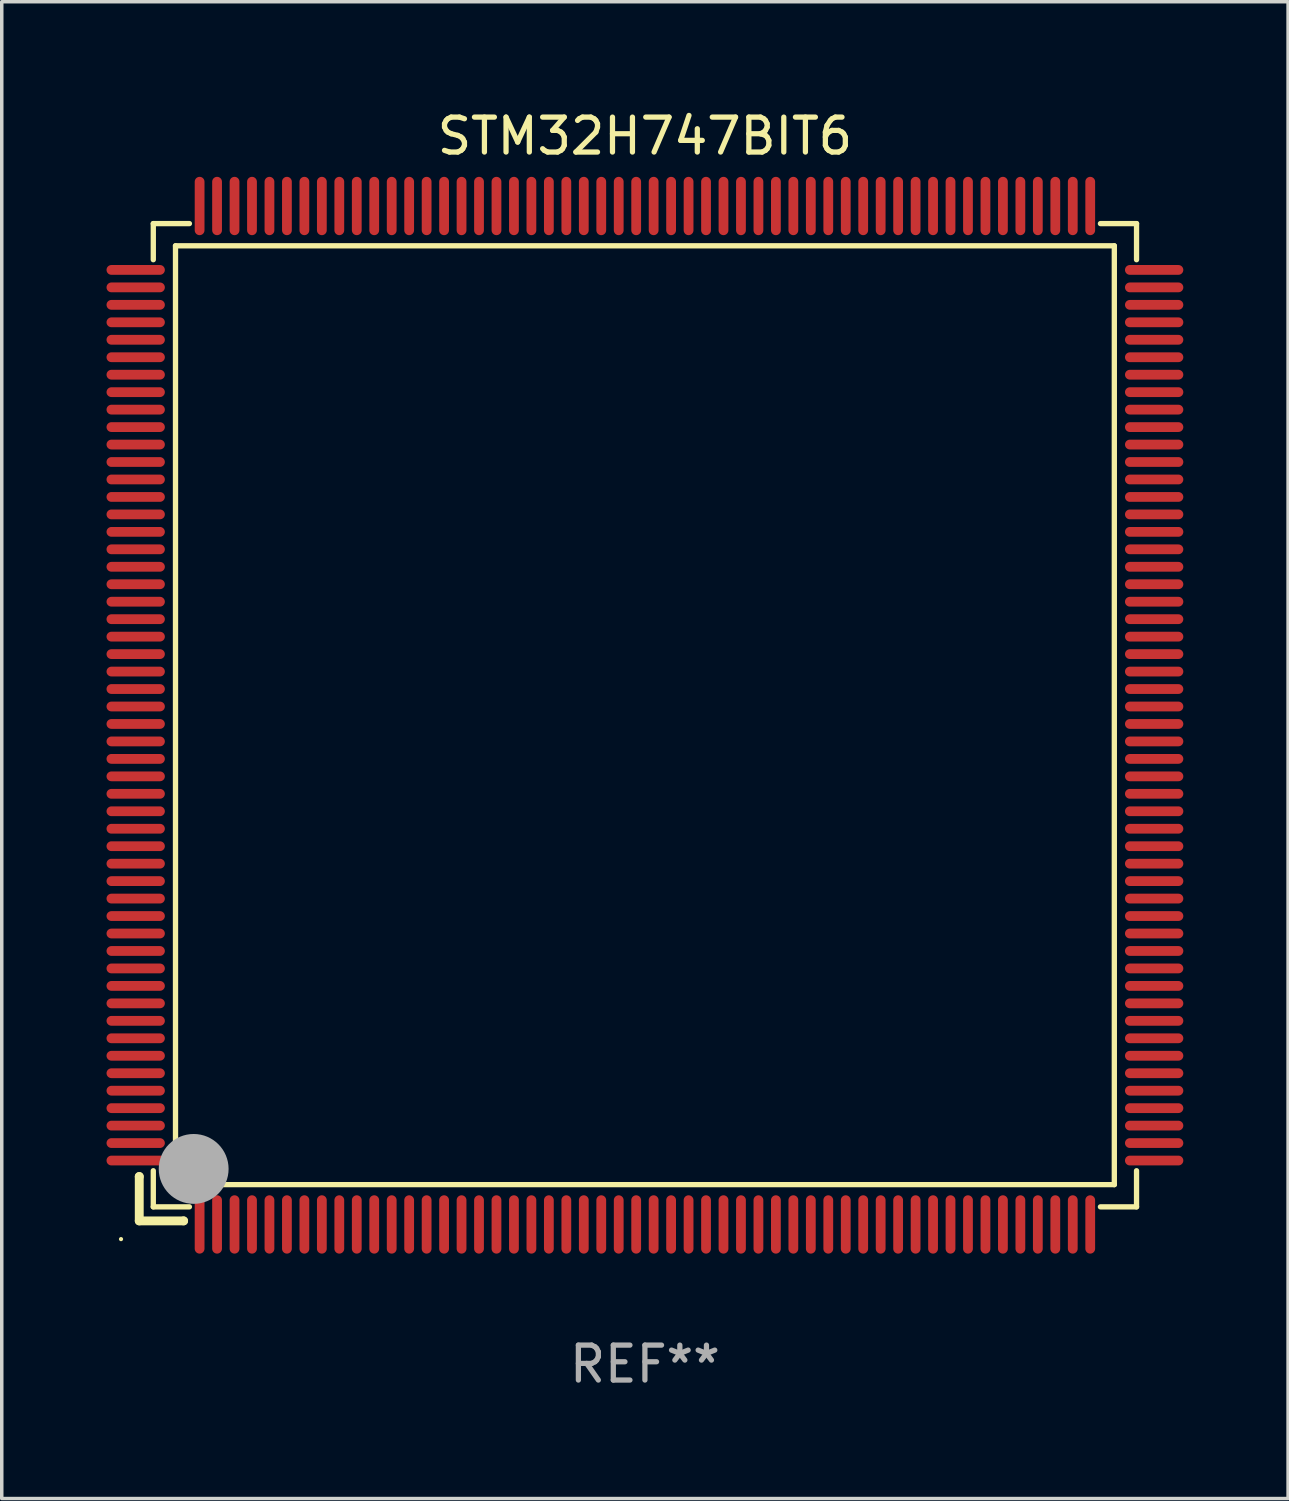
<source format=kicad_pcb>
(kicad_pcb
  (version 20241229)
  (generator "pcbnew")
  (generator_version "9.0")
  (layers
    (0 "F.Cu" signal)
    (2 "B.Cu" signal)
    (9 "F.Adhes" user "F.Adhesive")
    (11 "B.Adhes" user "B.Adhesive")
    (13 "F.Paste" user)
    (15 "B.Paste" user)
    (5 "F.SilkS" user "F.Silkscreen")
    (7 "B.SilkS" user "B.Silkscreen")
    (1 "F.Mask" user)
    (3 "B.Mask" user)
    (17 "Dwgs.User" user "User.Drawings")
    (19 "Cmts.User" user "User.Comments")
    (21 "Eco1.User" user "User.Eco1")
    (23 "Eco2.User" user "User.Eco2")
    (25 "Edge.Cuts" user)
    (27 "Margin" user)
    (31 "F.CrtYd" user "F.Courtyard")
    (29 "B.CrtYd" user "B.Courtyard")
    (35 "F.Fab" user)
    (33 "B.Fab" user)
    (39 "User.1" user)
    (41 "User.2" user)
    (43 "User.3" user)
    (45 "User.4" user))
  (footprint "STM32H747BIT6"
    (layer "F.Cu")
    (at 15.415 17.428)
    (property "Reference" "STM32H747BIT6" (at 0 -16.58 0) (layer "F.SilkS") (effects (font (size 1 1) (thickness 0.15))))
    (attr through_hole)
    (fp_line (start -14.478 13.208) (end -14.478 13.208) (stroke (width 0.254) (type solid)) (layer "F.SilkS"))
    (fp_line (start -14.478 13.208) (end -14.478 14.478) (stroke (width 0.254) (type solid)) (layer "F.SilkS"))
    (fp_line (start -14.478 14.478) (end -13.208 14.478) (stroke (width 0.254) (type solid)) (layer "F.SilkS"))
    (fp_line (start -14.076 -14.076) (end -14.076 -13.042) (stroke (width 0.152) (type solid)) (layer "F.SilkS"))
    (fp_line (start -14.076 14.076) (end -14.076 13.042) (stroke (width 0.152) (type solid)) (layer "F.SilkS"))
    (fp_line (start -13.44 -13.44) (end 13.44 -13.44) (stroke (width 0.152) (type solid)) (layer "F.SilkS"))
    (fp_line (start -13.44 13.44) (end -13.44 -13.44) (stroke (width 0.152) (type solid)) (layer "F.SilkS"))
    (fp_line (start -13.208 14.478) (end -13.208 14.478) (stroke (width 0.254) (type solid)) (layer "F.SilkS"))
    (fp_line (start -13.042 -14.076) (end -14.076 -14.076) (stroke (width 0.152) (type solid)) (layer "F.SilkS"))
    (fp_line (start -13.042 14.076) (end -14.076 14.076) (stroke (width 0.152) (type solid)) (layer "F.SilkS"))
    (fp_line (start 13.042 -14.076) (end 14.076 -14.076) (stroke (width 0.152) (type solid)) (layer "F.SilkS"))
    (fp_line (start 13.042 14.076) (end 14.076 14.076) (stroke (width 0.152) (type solid)) (layer "F.SilkS"))
    (fp_line (start 13.44 -13.44) (end 13.44 13.44) (stroke (width 0.152) (type solid)) (layer "F.SilkS"))
    (fp_line (start 13.44 13.44) (end -13.44 13.44) (stroke (width 0.152) (type solid)) (layer "F.SilkS"))
    (fp_line (start 14.076 -14.076) (end 14.076 -13.042) (stroke (width 0.152) (type solid)) (layer "F.SilkS"))
    (fp_line (start 14.076 14.076) (end 14.076 13.042) (stroke (width 0.152) (type solid)) (layer "F.SilkS"))
    (fp_circle (center -15 15) (end -14.97 15) (stroke (width 0.06) (type solid)) (fill no) (layer "F.SilkS"))
    (fp_circle (center -13.138 13.138) (end -13.063 13.138) (stroke (width 0.15) (type solid)) (fill no) (layer "F.SilkS"))
    (fp_circle (center -12.92 12.99) (end -12.42 12.99) (stroke (width 1) (type solid)) (fill no) (layer "F.Fab"))
    (fp_text user "REF**" (at 0 18.58 0) (layer "F.Fab") (effects (font (size 1 1) (thickness 0.15))))
    (pad "1" smd oval (at -12.75 14.58) (size 0.28 1.67) (layers "F.Cu" "F.Mask" "F.Paste"))
    (pad "2" smd oval (at -12.25 14.58) (size 0.28 1.67) (layers "F.Cu" "F.Mask" "F.Paste"))
    (pad "3" smd oval (at -11.75 14.58) (size 0.28 1.67) (layers "F.Cu" "F.Mask" "F.Paste"))
    (pad "4" smd oval (at -11.25 14.58) (size 0.28 1.67) (layers "F.Cu" "F.Mask" "F.Paste"))
    (pad "5" smd oval (at -10.75 14.58) (size 0.28 1.67) (layers "F.Cu" "F.Mask" "F.Paste"))
    (pad "6" smd oval (at -10.25 14.58) (size 0.28 1.67) (layers "F.Cu" "F.Mask" "F.Paste"))
    (pad "7" smd oval (at -9.75 14.58) (size 0.28 1.67) (layers "F.Cu" "F.Mask" "F.Paste"))
    (pad "8" smd oval (at -9.25 14.58) (size 0.28 1.67) (layers "F.Cu" "F.Mask" "F.Paste"))
    (pad "9" smd oval (at -8.75 14.58) (size 0.28 1.67) (layers "F.Cu" "F.Mask" "F.Paste"))
    (pad "10" smd oval (at -8.25 14.58) (size 0.28 1.67) (layers "F.Cu" "F.Mask" "F.Paste"))
    (pad "11" smd oval (at -7.75 14.58) (size 0.28 1.67) (layers "F.Cu" "F.Mask" "F.Paste"))
    (pad "12" smd oval (at -7.25 14.58) (size 0.28 1.67) (layers "F.Cu" "F.Mask" "F.Paste"))
    (pad "13" smd oval (at -6.75 14.58) (size 0.28 1.67) (layers "F.Cu" "F.Mask" "F.Paste"))
    (pad "14" smd oval (at -6.25 14.58) (size 0.28 1.67) (layers "F.Cu" "F.Mask" "F.Paste"))
    (pad "15" smd oval (at -5.75 14.58) (size 0.28 1.67) (layers "F.Cu" "F.Mask" "F.Paste"))
    (pad "16" smd oval (at -5.25 14.58) (size 0.28 1.67) (layers "F.Cu" "F.Mask" "F.Paste"))
    (pad "17" smd oval (at -4.75 14.58) (size 0.28 1.67) (layers "F.Cu" "F.Mask" "F.Paste"))
    (pad "18" smd oval (at -4.25 14.58) (size 0.28 1.67) (layers "F.Cu" "F.Mask" "F.Paste"))
    (pad "19" smd oval (at -3.75 14.58) (size 0.28 1.67) (layers "F.Cu" "F.Mask" "F.Paste"))
    (pad "20" smd oval (at -3.25 14.58) (size 0.28 1.67) (layers "F.Cu" "F.Mask" "F.Paste"))
    (pad "21" smd oval (at -2.75 14.58) (size 0.28 1.67) (layers "F.Cu" "F.Mask" "F.Paste"))
    (pad "22" smd oval (at -2.25 14.58) (size 0.28 1.67) (layers "F.Cu" "F.Mask" "F.Paste"))
    (pad "23" smd oval (at -1.75 14.58) (size 0.28 1.67) (layers "F.Cu" "F.Mask" "F.Paste"))
    (pad "24" smd oval (at -1.25 14.58) (size 0.28 1.67) (layers "F.Cu" "F.Mask" "F.Paste"))
    (pad "25" smd oval (at -0.75 14.58) (size 0.28 1.67) (layers "F.Cu" "F.Mask" "F.Paste"))
    (pad "26" smd oval (at -0.25 14.58) (size 0.28 1.67) (layers "F.Cu" "F.Mask" "F.Paste"))
    (pad "27" smd oval (at 0.25 14.58) (size 0.28 1.67) (layers "F.Cu" "F.Mask" "F.Paste"))
    (pad "28" smd oval (at 0.75 14.58) (size 0.28 1.67) (layers "F.Cu" "F.Mask" "F.Paste"))
    (pad "29" smd oval (at 1.25 14.58) (size 0.28 1.67) (layers "F.Cu" "F.Mask" "F.Paste"))
    (pad "30" smd oval (at 1.75 14.58) (size 0.28 1.67) (layers "F.Cu" "F.Mask" "F.Paste"))
    (pad "31" smd oval (at 2.25 14.58) (size 0.28 1.67) (layers "F.Cu" "F.Mask" "F.Paste"))
    (pad "32" smd oval (at 2.75 14.58) (size 0.28 1.67) (layers "F.Cu" "F.Mask" "F.Paste"))
    (pad "33" smd oval (at 3.25 14.58) (size 0.28 1.67) (layers "F.Cu" "F.Mask" "F.Paste"))
    (pad "34" smd oval (at 3.75 14.58) (size 0.28 1.67) (layers "F.Cu" "F.Mask" "F.Paste"))
    (pad "35" smd oval (at 4.25 14.58) (size 0.28 1.67) (layers "F.Cu" "F.Mask" "F.Paste"))
    (pad "36" smd oval (at 4.75 14.58) (size 0.28 1.67) (layers "F.Cu" "F.Mask" "F.Paste"))
    (pad "37" smd oval (at 5.25 14.58) (size 0.28 1.67) (layers "F.Cu" "F.Mask" "F.Paste"))
    (pad "38" smd oval (at 5.75 14.58) (size 0.28 1.67) (layers "F.Cu" "F.Mask" "F.Paste"))
    (pad "39" smd oval (at 6.25 14.58) (size 0.28 1.67) (layers "F.Cu" "F.Mask" "F.Paste"))
    (pad "40" smd oval (at 6.75 14.58) (size 0.28 1.67) (layers "F.Cu" "F.Mask" "F.Paste"))
    (pad "41" smd oval (at 7.25 14.58) (size 0.28 1.67) (layers "F.Cu" "F.Mask" "F.Paste"))
    (pad "42" smd oval (at 7.75 14.58) (size 0.28 1.67) (layers "F.Cu" "F.Mask" "F.Paste"))
    (pad "43" smd oval (at 8.25 14.58) (size 0.28 1.67) (layers "F.Cu" "F.Mask" "F.Paste"))
    (pad "44" smd oval (at 8.75 14.58) (size 0.28 1.67) (layers "F.Cu" "F.Mask" "F.Paste"))
    (pad "45" smd oval (at 9.25 14.58) (size 0.28 1.67) (layers "F.Cu" "F.Mask" "F.Paste"))
    (pad "46" smd oval (at 9.75 14.58) (size 0.28 1.67) (layers "F.Cu" "F.Mask" "F.Paste"))
    (pad "47" smd oval (at 10.25 14.58) (size 0.28 1.67) (layers "F.Cu" "F.Mask" "F.Paste"))
    (pad "48" smd oval (at 10.75 14.58) (size 0.28 1.67) (layers "F.Cu" "F.Mask" "F.Paste"))
    (pad "49" smd oval (at 11.25 14.58) (size 0.28 1.67) (layers "F.Cu" "F.Mask" "F.Paste"))
    (pad "50" smd oval (at 11.75 14.58) (size 0.28 1.67) (layers "F.Cu" "F.Mask" "F.Paste"))
    (pad "51" smd oval (at 12.25 14.58) (size 0.28 1.67) (layers "F.Cu" "F.Mask" "F.Paste"))
    (pad "52" smd oval (at 12.75 14.58) (size 0.28 1.67) (layers "F.Cu" "F.Mask" "F.Paste"))
    (pad "53" smd oval (at 14.58 12.75) (size 1.67 0.28) (layers "F.Cu" "F.Mask" "F.Paste"))
    (pad "54" smd oval (at 14.58 12.25) (size 1.67 0.28) (layers "F.Cu" "F.Mask" "F.Paste"))
    (pad "55" smd oval (at 14.58 11.75) (size 1.67 0.28) (layers "F.Cu" "F.Mask" "F.Paste"))
    (pad "56" smd oval (at 14.58 11.25) (size 1.67 0.28) (layers "F.Cu" "F.Mask" "F.Paste"))
    (pad "57" smd oval (at 14.58 10.75) (size 1.67 0.28) (layers "F.Cu" "F.Mask" "F.Paste"))
    (pad "58" smd oval (at 14.58 10.25) (size 1.67 0.28) (layers "F.Cu" "F.Mask" "F.Paste"))
    (pad "59" smd oval (at 14.58 9.75) (size 1.67 0.28) (layers "F.Cu" "F.Mask" "F.Paste"))
    (pad "60" smd oval (at 14.58 9.25) (size 1.67 0.28) (layers "F.Cu" "F.Mask" "F.Paste"))
    (pad "61" smd oval (at 14.58 8.75) (size 1.67 0.28) (layers "F.Cu" "F.Mask" "F.Paste"))
    (pad "62" smd oval (at 14.58 8.25) (size 1.67 0.28) (layers "F.Cu" "F.Mask" "F.Paste"))
    (pad "63" smd oval (at 14.58 7.75) (size 1.67 0.28) (layers "F.Cu" "F.Mask" "F.Paste"))
    (pad "64" smd oval (at 14.58 7.25) (size 1.67 0.28) (layers "F.Cu" "F.Mask" "F.Paste"))
    (pad "65" smd oval (at 14.58 6.75) (size 1.67 0.28) (layers "F.Cu" "F.Mask" "F.Paste"))
    (pad "66" smd oval (at 14.58 6.25) (size 1.67 0.28) (layers "F.Cu" "F.Mask" "F.Paste"))
    (pad "67" smd oval (at 14.58 5.75) (size 1.67 0.28) (layers "F.Cu" "F.Mask" "F.Paste"))
    (pad "68" smd oval (at 14.58 5.25) (size 1.67 0.28) (layers "F.Cu" "F.Mask" "F.Paste"))
    (pad "69" smd oval (at 14.58 4.75) (size 1.67 0.28) (layers "F.Cu" "F.Mask" "F.Paste"))
    (pad "70" smd oval (at 14.58 4.25) (size 1.67 0.28) (layers "F.Cu" "F.Mask" "F.Paste"))
    (pad "71" smd oval (at 14.58 3.75) (size 1.67 0.28) (layers "F.Cu" "F.Mask" "F.Paste"))
    (pad "72" smd oval (at 14.58 3.25) (size 1.67 0.28) (layers "F.Cu" "F.Mask" "F.Paste"))
    (pad "73" smd oval (at 14.58 2.75) (size 1.67 0.28) (layers "F.Cu" "F.Mask" "F.Paste"))
    (pad "74" smd oval (at 14.58 2.25) (size 1.67 0.28) (layers "F.Cu" "F.Mask" "F.Paste"))
    (pad "75" smd oval (at 14.58 1.75) (size 1.67 0.28) (layers "F.Cu" "F.Mask" "F.Paste"))
    (pad "76" smd oval (at 14.58 1.25) (size 1.67 0.28) (layers "F.Cu" "F.Mask" "F.Paste"))
    (pad "77" smd oval (at 14.58 0.75) (size 1.67 0.28) (layers "F.Cu" "F.Mask" "F.Paste"))
    (pad "78" smd oval (at 14.58 0.25) (size 1.67 0.28) (layers "F.Cu" "F.Mask" "F.Paste"))
    (pad "79" smd oval (at 14.58 -0.25) (size 1.67 0.28) (layers "F.Cu" "F.Mask" "F.Paste"))
    (pad "80" smd oval (at 14.58 -0.75) (size 1.67 0.28) (layers "F.Cu" "F.Mask" "F.Paste"))
    (pad "81" smd oval (at 14.58 -1.25) (size 1.67 0.28) (layers "F.Cu" "F.Mask" "F.Paste"))
    (pad "82" smd oval (at 14.58 -1.75) (size 1.67 0.28) (layers "F.Cu" "F.Mask" "F.Paste"))
    (pad "83" smd oval (at 14.58 -2.25) (size 1.67 0.28) (layers "F.Cu" "F.Mask" "F.Paste"))
    (pad "84" smd oval (at 14.58 -2.75) (size 1.67 0.28) (layers "F.Cu" "F.Mask" "F.Paste"))
    (pad "85" smd oval (at 14.58 -3.25) (size 1.67 0.28) (layers "F.Cu" "F.Mask" "F.Paste"))
    (pad "86" smd oval (at 14.58 -3.75) (size 1.67 0.28) (layers "F.Cu" "F.Mask" "F.Paste"))
    (pad "87" smd oval (at 14.58 -4.25) (size 1.67 0.28) (layers "F.Cu" "F.Mask" "F.Paste"))
    (pad "88" smd oval (at 14.58 -4.75) (size 1.67 0.28) (layers "F.Cu" "F.Mask" "F.Paste"))
    (pad "89" smd oval (at 14.58 -5.25) (size 1.67 0.28) (layers "F.Cu" "F.Mask" "F.Paste"))
    (pad "90" smd oval (at 14.58 -5.75) (size 1.67 0.28) (layers "F.Cu" "F.Mask" "F.Paste"))
    (pad "91" smd oval (at 14.58 -6.25) (size 1.67 0.28) (layers "F.Cu" "F.Mask" "F.Paste"))
    (pad "92" smd oval (at 14.58 -6.75) (size 1.67 0.28) (layers "F.Cu" "F.Mask" "F.Paste"))
    (pad "93" smd oval (at 14.58 -7.25) (size 1.67 0.28) (layers "F.Cu" "F.Mask" "F.Paste"))
    (pad "94" smd oval (at 14.58 -7.75) (size 1.67 0.28) (layers "F.Cu" "F.Mask" "F.Paste"))
    (pad "95" smd oval (at 14.58 -8.25) (size 1.67 0.28) (layers "F.Cu" "F.Mask" "F.Paste"))
    (pad "96" smd oval (at 14.58 -8.75) (size 1.67 0.28) (layers "F.Cu" "F.Mask" "F.Paste"))
    (pad "97" smd oval (at 14.58 -9.25) (size 1.67 0.28) (layers "F.Cu" "F.Mask" "F.Paste"))
    (pad "98" smd oval (at 14.58 -9.75) (size 1.67 0.28) (layers "F.Cu" "F.Mask" "F.Paste"))
    (pad "99" smd oval (at 14.58 -10.25) (size 1.67 0.28) (layers "F.Cu" "F.Mask" "F.Paste"))
    (pad "100" smd oval (at 14.58 -10.75) (size 1.67 0.28) (layers "F.Cu" "F.Mask" "F.Paste"))
    (pad "101" smd oval (at 14.58 -11.25) (size 1.67 0.28) (layers "F.Cu" "F.Mask" "F.Paste"))
    (pad "102" smd oval (at 14.58 -11.75) (size 1.67 0.28) (layers "F.Cu" "F.Mask" "F.Paste"))
    (pad "103" smd oval (at 14.58 -12.25) (size 1.67 0.28) (layers "F.Cu" "F.Mask" "F.Paste"))
    (pad "104" smd oval (at 14.58 -12.75) (size 1.67 0.28) (layers "F.Cu" "F.Mask" "F.Paste"))
    (pad "105" smd oval (at 12.75 -14.58) (size 0.28 1.67) (layers "F.Cu" "F.Mask" "F.Paste"))
    (pad "106" smd oval (at 12.25 -14.58) (size 0.28 1.67) (layers "F.Cu" "F.Mask" "F.Paste"))
    (pad "107" smd oval (at 11.75 -14.58) (size 0.28 1.67) (layers "F.Cu" "F.Mask" "F.Paste"))
    (pad "108" smd oval (at 11.25 -14.58) (size 0.28 1.67) (layers "F.Cu" "F.Mask" "F.Paste"))
    (pad "109" smd oval (at 10.75 -14.58) (size 0.28 1.67) (layers "F.Cu" "F.Mask" "F.Paste"))
    (pad "110" smd oval (at 10.25 -14.58) (size 0.28 1.67) (layers "F.Cu" "F.Mask" "F.Paste"))
    (pad "111" smd oval (at 9.75 -14.58) (size 0.28 1.67) (layers "F.Cu" "F.Mask" "F.Paste"))
    (pad "112" smd oval (at 9.25 -14.58) (size 0.28 1.67) (layers "F.Cu" "F.Mask" "F.Paste"))
    (pad "113" smd oval (at 8.75 -14.58) (size 0.28 1.67) (layers "F.Cu" "F.Mask" "F.Paste"))
    (pad "114" smd oval (at 8.25 -14.58) (size 0.28 1.67) (layers "F.Cu" "F.Mask" "F.Paste"))
    (pad "115" smd oval (at 7.75 -14.58) (size 0.28 1.67) (layers "F.Cu" "F.Mask" "F.Paste"))
    (pad "116" smd oval (at 7.25 -14.58) (size 0.28 1.67) (layers "F.Cu" "F.Mask" "F.Paste"))
    (pad "117" smd oval (at 6.75 -14.58) (size 0.28 1.67) (layers "F.Cu" "F.Mask" "F.Paste"))
    (pad "118" smd oval (at 6.25 -14.58) (size 0.28 1.67) (layers "F.Cu" "F.Mask" "F.Paste"))
    (pad "119" smd oval (at 5.75 -14.58) (size 0.28 1.67) (layers "F.Cu" "F.Mask" "F.Paste"))
    (pad "120" smd oval (at 5.25 -14.58) (size 0.28 1.67) (layers "F.Cu" "F.Mask" "F.Paste"))
    (pad "121" smd oval (at 4.75 -14.58) (size 0.28 1.67) (layers "F.Cu" "F.Mask" "F.Paste"))
    (pad "122" smd oval (at 4.25 -14.58) (size 0.28 1.67) (layers "F.Cu" "F.Mask" "F.Paste"))
    (pad "123" smd oval (at 3.75 -14.58) (size 0.28 1.67) (layers "F.Cu" "F.Mask" "F.Paste"))
    (pad "124" smd oval (at 3.25 -14.58) (size 0.28 1.67) (layers "F.Cu" "F.Mask" "F.Paste"))
    (pad "125" smd oval (at 2.75 -14.58) (size 0.28 1.67) (layers "F.Cu" "F.Mask" "F.Paste"))
    (pad "126" smd oval (at 2.25 -14.58) (size 0.28 1.67) (layers "F.Cu" "F.Mask" "F.Paste"))
    (pad "127" smd oval (at 1.75 -14.58) (size 0.28 1.67) (layers "F.Cu" "F.Mask" "F.Paste"))
    (pad "128" smd oval (at 1.25 -14.58) (size 0.28 1.67) (layers "F.Cu" "F.Mask" "F.Paste"))
    (pad "129" smd oval (at 0.75 -14.58) (size 0.28 1.67) (layers "F.Cu" "F.Mask" "F.Paste"))
    (pad "130" smd oval (at 0.25 -14.58) (size 0.28 1.67) (layers "F.Cu" "F.Mask" "F.Paste"))
    (pad "131" smd oval (at -0.25 -14.58) (size 0.28 1.67) (layers "F.Cu" "F.Mask" "F.Paste"))
    (pad "132" smd oval (at -0.75 -14.58) (size 0.28 1.67) (layers "F.Cu" "F.Mask" "F.Paste"))
    (pad "133" smd oval (at -1.25 -14.58) (size 0.28 1.67) (layers "F.Cu" "F.Mask" "F.Paste"))
    (pad "134" smd oval (at -1.75 -14.58) (size 0.28 1.67) (layers "F.Cu" "F.Mask" "F.Paste"))
    (pad "135" smd oval (at -2.25 -14.58) (size 0.28 1.67) (layers "F.Cu" "F.Mask" "F.Paste"))
    (pad "136" smd oval (at -2.75 -14.58) (size 0.28 1.67) (layers "F.Cu" "F.Mask" "F.Paste"))
    (pad "137" smd oval (at -3.25 -14.58) (size 0.28 1.67) (layers "F.Cu" "F.Mask" "F.Paste"))
    (pad "138" smd oval (at -3.75 -14.58) (size 0.28 1.67) (layers "F.Cu" "F.Mask" "F.Paste"))
    (pad "139" smd oval (at -4.25 -14.58) (size 0.28 1.67) (layers "F.Cu" "F.Mask" "F.Paste"))
    (pad "140" smd oval (at -4.75 -14.58) (size 0.28 1.67) (layers "F.Cu" "F.Mask" "F.Paste"))
    (pad "141" smd oval (at -5.25 -14.58) (size 0.28 1.67) (layers "F.Cu" "F.Mask" "F.Paste"))
    (pad "142" smd oval (at -5.75 -14.58) (size 0.28 1.67) (layers "F.Cu" "F.Mask" "F.Paste"))
    (pad "143" smd oval (at -6.25 -14.58) (size 0.28 1.67) (layers "F.Cu" "F.Mask" "F.Paste"))
    (pad "144" smd oval (at -6.75 -14.58) (size 0.28 1.67) (layers "F.Cu" "F.Mask" "F.Paste"))
    (pad "145" smd oval (at -7.25 -14.58) (size 0.28 1.67) (layers "F.Cu" "F.Mask" "F.Paste"))
    (pad "146" smd oval (at -7.75 -14.58) (size 0.28 1.67) (layers "F.Cu" "F.Mask" "F.Paste"))
    (pad "147" smd oval (at -8.25 -14.58) (size 0.28 1.67) (layers "F.Cu" "F.Mask" "F.Paste"))
    (pad "148" smd oval (at -8.75 -14.58) (size 0.28 1.67) (layers "F.Cu" "F.Mask" "F.Paste"))
    (pad "149" smd oval (at -9.25 -14.58) (size 0.28 1.67) (layers "F.Cu" "F.Mask" "F.Paste"))
    (pad "150" smd oval (at -9.75 -14.58) (size 0.28 1.67) (layers "F.Cu" "F.Mask" "F.Paste"))
    (pad "151" smd oval (at -10.25 -14.58) (size 0.28 1.67) (layers "F.Cu" "F.Mask" "F.Paste"))
    (pad "152" smd oval (at -10.75 -14.58) (size 0.28 1.67) (layers "F.Cu" "F.Mask" "F.Paste"))
    (pad "153" smd oval (at -11.25 -14.58) (size 0.28 1.67) (layers "F.Cu" "F.Mask" "F.Paste"))
    (pad "154" smd oval (at -11.75 -14.58) (size 0.28 1.67) (layers "F.Cu" "F.Mask" "F.Paste"))
    (pad "155" smd oval (at -12.25 -14.58) (size 0.28 1.67) (layers "F.Cu" "F.Mask" "F.Paste"))
    (pad "156" smd oval (at -12.75 -14.58) (size 0.28 1.67) (layers "F.Cu" "F.Mask" "F.Paste"))
    (pad "157" smd oval (at -14.58 -12.75) (size 1.67 0.28) (layers "F.Cu" "F.Mask" "F.Paste"))
    (pad "158" smd oval (at -14.58 -12.25) (size 1.67 0.28) (layers "F.Cu" "F.Mask" "F.Paste"))
    (pad "159" smd oval (at -14.58 -11.75) (size 1.67 0.28) (layers "F.Cu" "F.Mask" "F.Paste"))
    (pad "160" smd oval (at -14.58 -11.25) (size 1.67 0.28) (layers "F.Cu" "F.Mask" "F.Paste"))
    (pad "161" smd oval (at -14.58 -10.75) (size 1.67 0.28) (layers "F.Cu" "F.Mask" "F.Paste"))
    (pad "162" smd oval (at -14.58 -10.25) (size 1.67 0.28) (layers "F.Cu" "F.Mask" "F.Paste"))
    (pad "163" smd oval (at -14.58 -9.75) (size 1.67 0.28) (layers "F.Cu" "F.Mask" "F.Paste"))
    (pad "164" smd oval (at -14.58 -9.25) (size 1.67 0.28) (layers "F.Cu" "F.Mask" "F.Paste"))
    (pad "165" smd oval (at -14.58 -8.75) (size 1.67 0.28) (layers "F.Cu" "F.Mask" "F.Paste"))
    (pad "166" smd oval (at -14.58 -8.25) (size 1.67 0.28) (layers "F.Cu" "F.Mask" "F.Paste"))
    (pad "167" smd oval (at -14.58 -7.75) (size 1.67 0.28) (layers "F.Cu" "F.Mask" "F.Paste"))
    (pad "168" smd oval (at -14.58 -7.25) (size 1.67 0.28) (layers "F.Cu" "F.Mask" "F.Paste"))
    (pad "169" smd oval (at -14.58 -6.75) (size 1.67 0.28) (layers "F.Cu" "F.Mask" "F.Paste"))
    (pad "170" smd oval (at -14.58 -6.25) (size 1.67 0.28) (layers "F.Cu" "F.Mask" "F.Paste"))
    (pad "171" smd oval (at -14.58 -5.75) (size 1.67 0.28) (layers "F.Cu" "F.Mask" "F.Paste"))
    (pad "172" smd oval (at -14.58 -5.25) (size 1.67 0.28) (layers "F.Cu" "F.Mask" "F.Paste"))
    (pad "173" smd oval (at -14.58 -4.75) (size 1.67 0.28) (layers "F.Cu" "F.Mask" "F.Paste"))
    (pad "174" smd oval (at -14.58 -4.25) (size 1.67 0.28) (layers "F.Cu" "F.Mask" "F.Paste"))
    (pad "175" smd oval (at -14.58 -3.75) (size 1.67 0.28) (layers "F.Cu" "F.Mask" "F.Paste"))
    (pad "176" smd oval (at -14.58 -3.25) (size 1.67 0.28) (layers "F.Cu" "F.Mask" "F.Paste"))
    (pad "177" smd oval (at -14.58 -2.75) (size 1.67 0.28) (layers "F.Cu" "F.Mask" "F.Paste"))
    (pad "178" smd oval (at -14.58 -2.25) (size 1.67 0.28) (layers "F.Cu" "F.Mask" "F.Paste"))
    (pad "179" smd oval (at -14.58 -1.75) (size 1.67 0.28) (layers "F.Cu" "F.Mask" "F.Paste"))
    (pad "180" smd oval (at -14.58 -1.25) (size 1.67 0.28) (layers "F.Cu" "F.Mask" "F.Paste"))
    (pad "181" smd oval (at -14.58 -0.75) (size 1.67 0.28) (layers "F.Cu" "F.Mask" "F.Paste"))
    (pad "182" smd oval (at -14.58 -0.25) (size 1.67 0.28) (layers "F.Cu" "F.Mask" "F.Paste"))
    (pad "183" smd oval (at -14.58 0.25) (size 1.67 0.28) (layers "F.Cu" "F.Mask" "F.Paste"))
    (pad "184" smd oval (at -14.58 0.75) (size 1.67 0.28) (layers "F.Cu" "F.Mask" "F.Paste"))
    (pad "185" smd oval (at -14.58 1.25) (size 1.67 0.28) (layers "F.Cu" "F.Mask" "F.Paste"))
    (pad "186" smd oval (at -14.58 1.75) (size 1.67 0.28) (layers "F.Cu" "F.Mask" "F.Paste"))
    (pad "187" smd oval (at -14.58 2.25) (size 1.67 0.28) (layers "F.Cu" "F.Mask" "F.Paste"))
    (pad "188" smd oval (at -14.58 2.75) (size 1.67 0.28) (layers "F.Cu" "F.Mask" "F.Paste"))
    (pad "189" smd oval (at -14.58 3.25) (size 1.67 0.28) (layers "F.Cu" "F.Mask" "F.Paste"))
    (pad "190" smd oval (at -14.58 3.75) (size 1.67 0.28) (layers "F.Cu" "F.Mask" "F.Paste"))
    (pad "191" smd oval (at -14.58 4.25) (size 1.67 0.28) (layers "F.Cu" "F.Mask" "F.Paste"))
    (pad "192" smd oval (at -14.58 4.75) (size 1.67 0.28) (layers "F.Cu" "F.Mask" "F.Paste"))
    (pad "193" smd oval (at -14.58 5.25) (size 1.67 0.28) (layers "F.Cu" "F.Mask" "F.Paste"))
    (pad "194" smd oval (at -14.58 5.75) (size 1.67 0.28) (layers "F.Cu" "F.Mask" "F.Paste"))
    (pad "195" smd oval (at -14.58 6.25) (size 1.67 0.28) (layers "F.Cu" "F.Mask" "F.Paste"))
    (pad "196" smd oval (at -14.58 6.75) (size 1.67 0.28) (layers "F.Cu" "F.Mask" "F.Paste"))
    (pad "197" smd oval (at -14.58 7.25) (size 1.67 0.28) (layers "F.Cu" "F.Mask" "F.Paste"))
    (pad "198" smd oval (at -14.58 7.75) (size 1.67 0.28) (layers "F.Cu" "F.Mask" "F.Paste"))
    (pad "199" smd oval (at -14.58 8.25) (size 1.67 0.28) (layers "F.Cu" "F.Mask" "F.Paste"))
    (pad "200" smd oval (at -14.58 8.75) (size 1.67 0.28) (layers "F.Cu" "F.Mask" "F.Paste"))
    (pad "201" smd oval (at -14.58 9.25) (size 1.67 0.28) (layers "F.Cu" "F.Mask" "F.Paste"))
    (pad "202" smd oval (at -14.58 9.75) (size 1.67 0.28) (layers "F.Cu" "F.Mask" "F.Paste"))
    (pad "203" smd oval (at -14.58 10.25) (size 1.67 0.28) (layers "F.Cu" "F.Mask" "F.Paste"))
    (pad "204" smd oval (at -14.58 10.75) (size 1.67 0.28) (layers "F.Cu" "F.Mask" "F.Paste"))
    (pad "205" smd oval (at -14.58 11.25) (size 1.67 0.28) (layers "F.Cu" "F.Mask" "F.Paste"))
    (pad "206" smd oval (at -14.58 11.75) (size 1.67 0.28) (layers "F.Cu" "F.Mask" "F.Paste"))
    (pad "207" smd oval (at -14.58 12.25) (size 1.67 0.28) (layers "F.Cu" "F.Mask" "F.Paste"))
    (pad "208" smd oval (at -14.58 12.75) (size 1.67 0.28) (layers "F.Cu" "F.Mask" "F.Paste")))
  (gr_rect
    (start -3 -3)
    (end 33.83 39.856)
    (stroke (width 0.1) (type default))
    (fill no)
    (layer "Edge.Cuts")))
</source>
